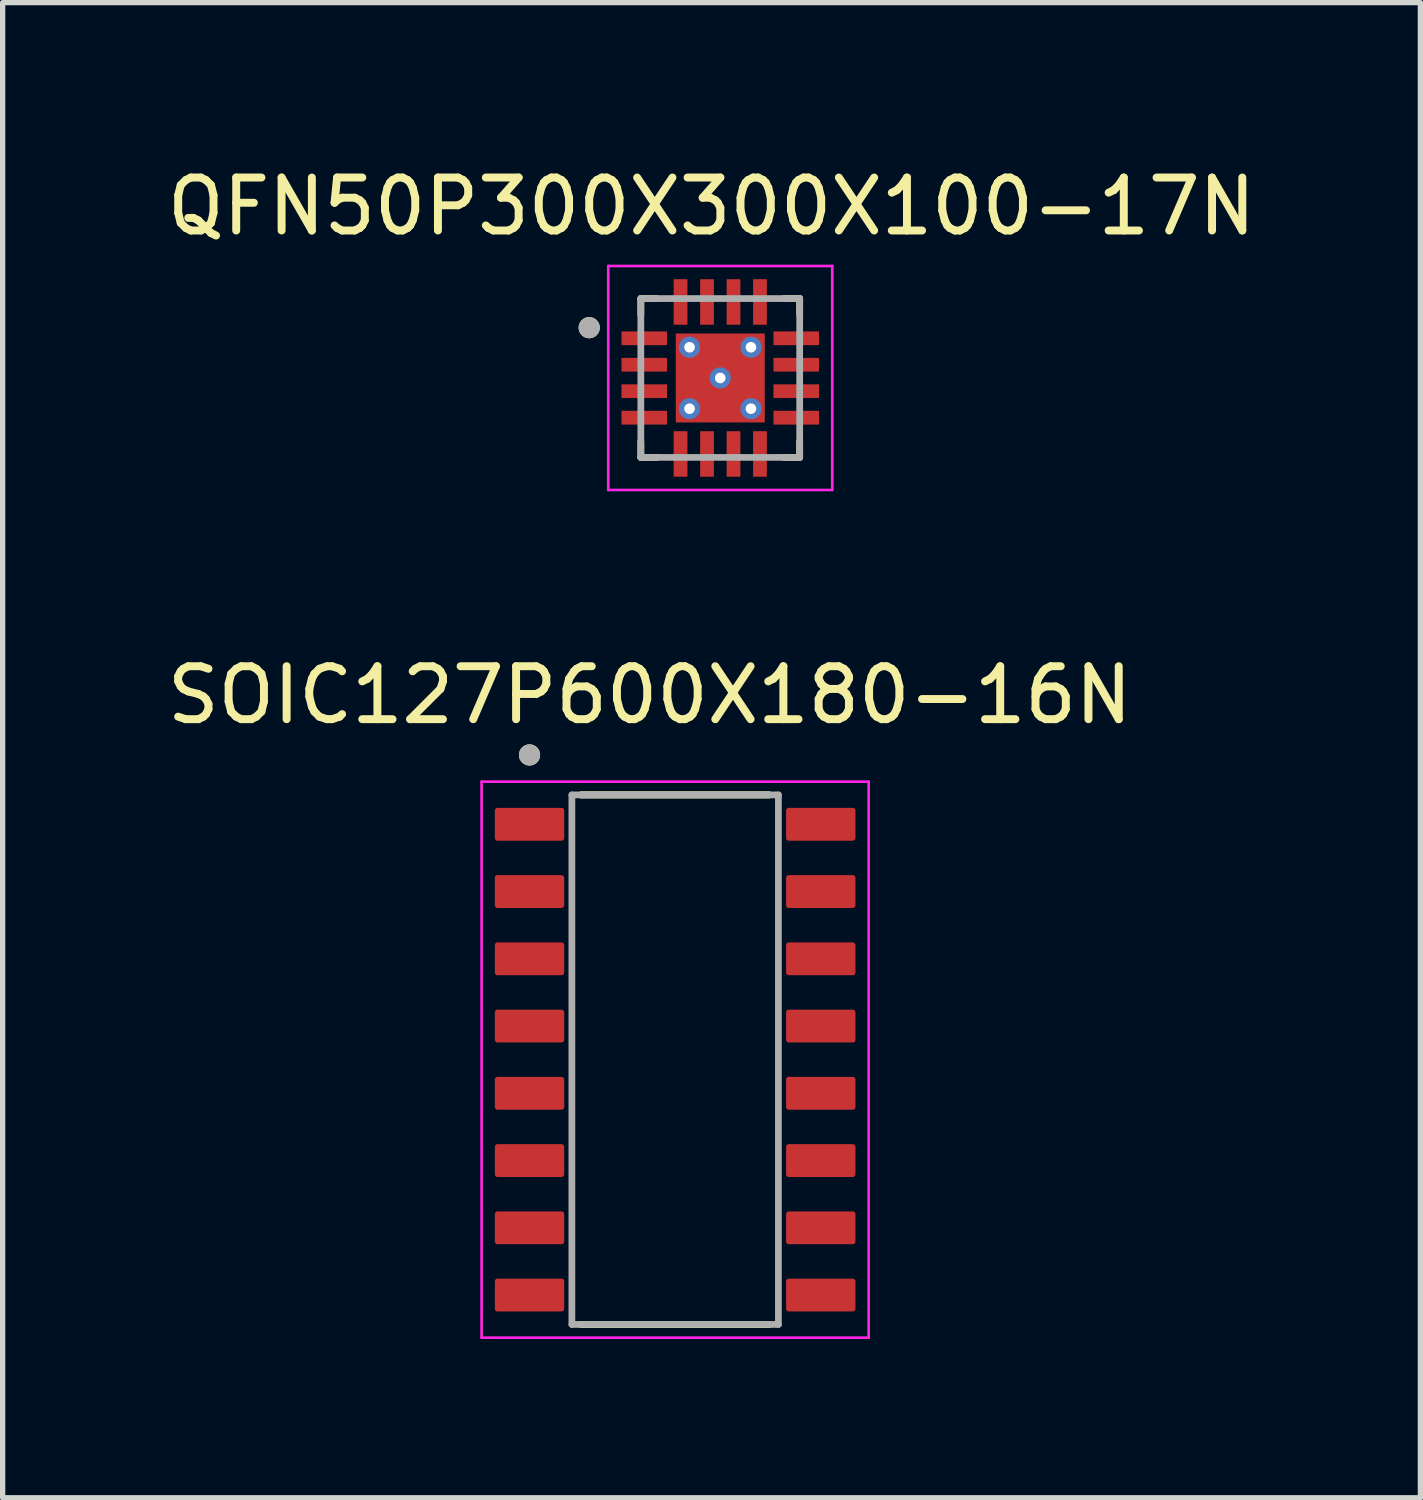
<source format=kicad_pcb>
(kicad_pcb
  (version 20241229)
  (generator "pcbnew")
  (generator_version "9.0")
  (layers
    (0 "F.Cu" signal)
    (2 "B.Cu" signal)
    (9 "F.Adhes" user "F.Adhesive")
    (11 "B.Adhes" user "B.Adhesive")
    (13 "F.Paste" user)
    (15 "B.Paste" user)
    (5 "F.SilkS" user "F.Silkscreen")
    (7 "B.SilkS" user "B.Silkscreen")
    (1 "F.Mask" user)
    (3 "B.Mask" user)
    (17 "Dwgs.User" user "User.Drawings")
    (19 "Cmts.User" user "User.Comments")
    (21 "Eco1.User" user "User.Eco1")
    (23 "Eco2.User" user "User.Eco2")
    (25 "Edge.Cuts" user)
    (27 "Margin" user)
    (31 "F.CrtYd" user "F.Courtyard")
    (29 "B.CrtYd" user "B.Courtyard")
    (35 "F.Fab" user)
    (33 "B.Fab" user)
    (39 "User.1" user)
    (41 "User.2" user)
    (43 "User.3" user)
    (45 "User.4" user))
  (footprint "QFN50P300X300X100-17N"
    (layer "F.Cu")
    (at 10.552 4.088)
    (property "Reference" "QFN50P300X300X100-17N" (at -0.165 -3.24 0) (layer "F.SilkS") (effects (font (size 1 1) (thickness 0.15))))
    (attr through_hole)
    (fp_line (start -1.5 -1.5) (end -1.5 -1.2) (stroke (width 0.127) (type solid)) (layer "F.SilkS"))
    (fp_line (start -1.5 -1.5) (end -1.2 -1.5) (stroke (width 0.127) (type solid)) (layer "F.SilkS"))
    (fp_line (start -1.5 1.5) (end -1.5 1.2) (stroke (width 0.127) (type solid)) (layer "F.SilkS"))
    (fp_line (start -1.5 1.5) (end -1.2 1.5) (stroke (width 0.127) (type solid)) (layer "F.SilkS"))
    (fp_line (start 1.5 -1.5) (end 1.2 -1.5) (stroke (width 0.127) (type solid)) (layer "F.SilkS"))
    (fp_line (start 1.5 -1.5) (end 1.5 -1.2) (stroke (width 0.127) (type solid)) (layer "F.SilkS"))
    (fp_line (start 1.5 1.5) (end 1.2 1.5) (stroke (width 0.127) (type solid)) (layer "F.SilkS"))
    (fp_line (start 1.5 1.5) (end 1.5 1.2) (stroke (width 0.127) (type solid)) (layer "F.SilkS"))
    (fp_circle (center -2.475 -0.95) (end -2.375 -0.95) (stroke (width 0.2) (type solid)) (fill no) (layer "F.SilkS"))
    (fp_poly (pts (xy -0.53 -0.53) (xy 0.53 -0.53) (xy 0.53 0.53) (xy -0.53 0.53)) (stroke (width 0.01) (type solid)) (fill yes) (layer "F.Paste"))
    (fp_line (start -2.115 -2.115) (end 2.115 -2.115) (stroke (width 0.05) (type solid)) (layer "F.CrtYd"))
    (fp_line (start -2.115 2.115) (end -2.115 -2.115) (stroke (width 0.05) (type solid)) (layer "F.CrtYd"))
    (fp_line (start -2.115 2.115) (end 2.115 2.115) (stroke (width 0.05) (type solid)) (layer "F.CrtYd"))
    (fp_line (start 2.115 2.115) (end 2.115 -2.115) (stroke (width 0.05) (type solid)) (layer "F.CrtYd"))
    (fp_line (start -1.5 1.5) (end -1.5 -1.5) (stroke (width 0.127) (type solid)) (layer "F.Fab"))
    (fp_line (start 1.5 -1.5) (end -1.5 -1.5) (stroke (width 0.127) (type solid)) (layer "F.Fab"))
    (fp_line (start 1.5 1.5) (end -1.5 1.5) (stroke (width 0.127) (type solid)) (layer "F.Fab"))
    (fp_line (start 1.5 1.5) (end 1.5 -1.5) (stroke (width 0.127) (type solid)) (layer "F.Fab"))
    (fp_circle (center -2.475 -0.95) (end -2.375 -0.95) (stroke (width 0.2) (type solid)) (fill no) (layer "F.Fab"))
    (pad "1" smd roundrect (at -1.435 -0.75) (size 0.86 0.26) (layers "F.Cu" "F.Mask" "F.Paste") (roundrect_rratio 0.03))
    (pad "2" smd roundrect (at -1.435 -0.25) (size 0.86 0.26) (layers "F.Cu" "F.Mask" "F.Paste") (roundrect_rratio 0.03))
    (pad "3" smd roundrect (at -1.435 0.25) (size 0.86 0.26) (layers "F.Cu" "F.Mask" "F.Paste") (roundrect_rratio 0.03))
    (pad "4" smd roundrect (at -1.435 0.75) (size 0.86 0.26) (layers "F.Cu" "F.Mask" "F.Paste") (roundrect_rratio 0.03))
    (pad "5" smd roundrect (at -0.75 1.435 90) (size 0.86 0.26) (layers "F.Cu" "F.Mask" "F.Paste") (roundrect_rratio 0.03))
    (pad "6" smd roundrect (at -0.25 1.435 90) (size 0.86 0.26) (layers "F.Cu" "F.Mask" "F.Paste") (roundrect_rratio 0.03))
    (pad "7" smd roundrect (at 0.25 1.435 90) (size 0.86 0.26) (layers "F.Cu" "F.Mask" "F.Paste") (roundrect_rratio 0.03))
    (pad "8" smd roundrect (at 0.75 1.435 90) (size 0.86 0.26) (layers "F.Cu" "F.Mask" "F.Paste") (roundrect_rratio 0.03))
    (pad "9" smd roundrect (at 1.435 0.75) (size 0.86 0.26) (layers "F.Cu" "F.Mask" "F.Paste") (roundrect_rratio 0.03))
    (pad "10" smd roundrect (at 1.435 0.25) (size 0.86 0.26) (layers "F.Cu" "F.Mask" "F.Paste") (roundrect_rratio 0.03))
    (pad "11" smd roundrect (at 1.435 -0.25) (size 0.86 0.26) (layers "F.Cu" "F.Mask" "F.Paste") (roundrect_rratio 0.03))
    (pad "12" smd roundrect (at 1.435 -0.75) (size 0.86 0.26) (layers "F.Cu" "F.Mask" "F.Paste") (roundrect_rratio 0.03))
    (pad "13" smd roundrect (at 0.75 -1.435 90) (size 0.86 0.26) (layers "F.Cu" "F.Mask" "F.Paste") (roundrect_rratio 0.03))
    (pad "14" smd roundrect (at 0.25 -1.435 90) (size 0.86 0.26) (layers "F.Cu" "F.Mask" "F.Paste") (roundrect_rratio 0.03))
    (pad "15" smd roundrect (at -0.25 -1.435 90) (size 0.86 0.26) (layers "F.Cu" "F.Mask" "F.Paste") (roundrect_rratio 0.03))
    (pad "16" smd roundrect (at -0.75 -1.435 90) (size 0.86 0.26) (layers "F.Cu" "F.Mask" "F.Paste") (roundrect_rratio 0.03))
    (pad "17" smd rect (at 0 0) (size 1.68 1.68) (layers "F.Cu" "F.Mask"))
    (pad "18" thru_hole circle (at 0 0) (size 0.4 0.4) (drill 0.2) (layers "*.Cu"))
    (pad "19" thru_hole circle (at -0.58 -0.58) (size 0.4 0.4) (drill 0.2) (layers "*.Cu"))
    (pad "20" thru_hole circle (at 0.58 -0.58) (size 0.4 0.4) (drill 0.2) (layers "*.Cu"))
    (pad "21" thru_hole circle (at -0.58 0.58) (size 0.4 0.4) (drill 0.2) (layers "*.Cu"))
    (pad "22" thru_hole circle (at 0.58 0.58) (size 0.4 0.4) (drill 0.2) (layers "*.Cu")))
  (footprint "SOIC127P600X180-16N"
    (layer "F.Cu")
    (at 9.7 16.962)
    (property "Reference" "SOIC127P600X180-16N" (at -0.48 -6.885 0) (layer "F.SilkS") (effects (font (size 1 1) (thickness 0.15))))
    (attr through_hole)
    (fp_line (start -1.775 -5) (end 1.775 -5) (stroke (width 0.127) (type solid)) (layer "F.SilkS"))
    (fp_line (start -1.775 -5) (end 1.775 -5) (stroke (width 0.127) (type solid)) (layer "F.SilkS"))
    (fp_line (start -1.775 5) (end 1.775 5) (stroke (width 0.127) (type solid)) (layer "F.SilkS"))
    (fp_line (start -1.775 5) (end 1.775 5) (stroke (width 0.127) (type solid)) (layer "F.SilkS"))
    (fp_circle (center -2.75 -5.755) (end -2.65 -5.755) (stroke (width 0.2) (type solid)) (fill no) (layer "F.SilkS"))
    (fp_line (start -3.655 -5.25) (end -3.655 5.25) (stroke (width 0.05) (type solid)) (layer "F.CrtYd"))
    (fp_line (start -3.655 5.25) (end 3.655 5.25) (stroke (width 0.05) (type solid)) (layer "F.CrtYd"))
    (fp_line (start 3.655 -5.25) (end -3.655 -5.25) (stroke (width 0.05) (type solid)) (layer "F.CrtYd"))
    (fp_line (start 3.655 5.25) (end 3.655 -5.25) (stroke (width 0.05) (type solid)) (layer "F.CrtYd"))
    (fp_line (start -1.95 -5) (end -1.95 5) (stroke (width 0.127) (type solid)) (layer "F.Fab"))
    (fp_line (start -1.95 -5) (end 1.95 -5) (stroke (width 0.127) (type solid)) (layer "F.Fab"))
    (fp_line (start -1.95 5) (end 1.95 5) (stroke (width 0.127) (type solid)) (layer "F.Fab"))
    (fp_line (start 1.95 -5) (end 1.95 5) (stroke (width 0.127) (type solid)) (layer "F.Fab"))
    (fp_circle (center -2.75 -5.755) (end -2.65 -5.755) (stroke (width 0.2) (type solid)) (fill no) (layer "F.Fab"))
    (pad "1" smd roundrect (at -2.75 -4.445) (size 1.31 0.62) (layers "F.Cu" "F.Mask" "F.Paste") (roundrect_rratio 0.08))
    (pad "2" smd roundrect (at -2.75 -3.175) (size 1.31 0.62) (layers "F.Cu" "F.Mask" "F.Paste") (roundrect_rratio 0.08))
    (pad "3" smd roundrect (at -2.75 -1.905) (size 1.31 0.62) (layers "F.Cu" "F.Mask" "F.Paste") (roundrect_rratio 0.08))
    (pad "4" smd roundrect (at -2.75 -0.635) (size 1.31 0.62) (layers "F.Cu" "F.Mask" "F.Paste") (roundrect_rratio 0.08))
    (pad "5" smd roundrect (at -2.75 0.635) (size 1.31 0.62) (layers "F.Cu" "F.Mask" "F.Paste") (roundrect_rratio 0.08))
    (pad "6" smd roundrect (at -2.75 1.905) (size 1.31 0.62) (layers "F.Cu" "F.Mask" "F.Paste") (roundrect_rratio 0.08))
    (pad "7" smd roundrect (at -2.75 3.175) (size 1.31 0.62) (layers "F.Cu" "F.Mask" "F.Paste") (roundrect_rratio 0.08))
    (pad "8" smd roundrect (at -2.75 4.445) (size 1.31 0.62) (layers "F.Cu" "F.Mask" "F.Paste") (roundrect_rratio 0.08))
    (pad "9" smd roundrect (at 2.75 4.445) (size 1.31 0.62) (layers "F.Cu" "F.Mask" "F.Paste") (roundrect_rratio 0.08))
    (pad "10" smd roundrect (at 2.75 3.175) (size 1.31 0.62) (layers "F.Cu" "F.Mask" "F.Paste") (roundrect_rratio 0.08))
    (pad "11" smd roundrect (at 2.75 1.905) (size 1.31 0.62) (layers "F.Cu" "F.Mask" "F.Paste") (roundrect_rratio 0.08))
    (pad "12" smd roundrect (at 2.75 0.635) (size 1.31 0.62) (layers "F.Cu" "F.Mask" "F.Paste") (roundrect_rratio 0.08))
    (pad "13" smd roundrect (at 2.75 -0.635) (size 1.31 0.62) (layers "F.Cu" "F.Mask" "F.Paste") (roundrect_rratio 0.08))
    (pad "14" smd roundrect (at 2.75 -1.905) (size 1.31 0.62) (layers "F.Cu" "F.Mask" "F.Paste") (roundrect_rratio 0.08))
    (pad "15" smd roundrect (at 2.75 -3.175) (size 1.31 0.62) (layers "F.Cu" "F.Mask" "F.Paste") (roundrect_rratio 0.08))
    (pad "16" smd roundrect (at 2.75 -4.445) (size 1.31 0.62) (layers "F.Cu" "F.Mask" "F.Paste") (roundrect_rratio 0.08)))
  (gr_rect
    (start -3 -3)
    (end 23.774 25.236)
    (stroke (width 0.1) (type default))
    (fill no)
    (layer "Edge.Cuts")))
</source>
